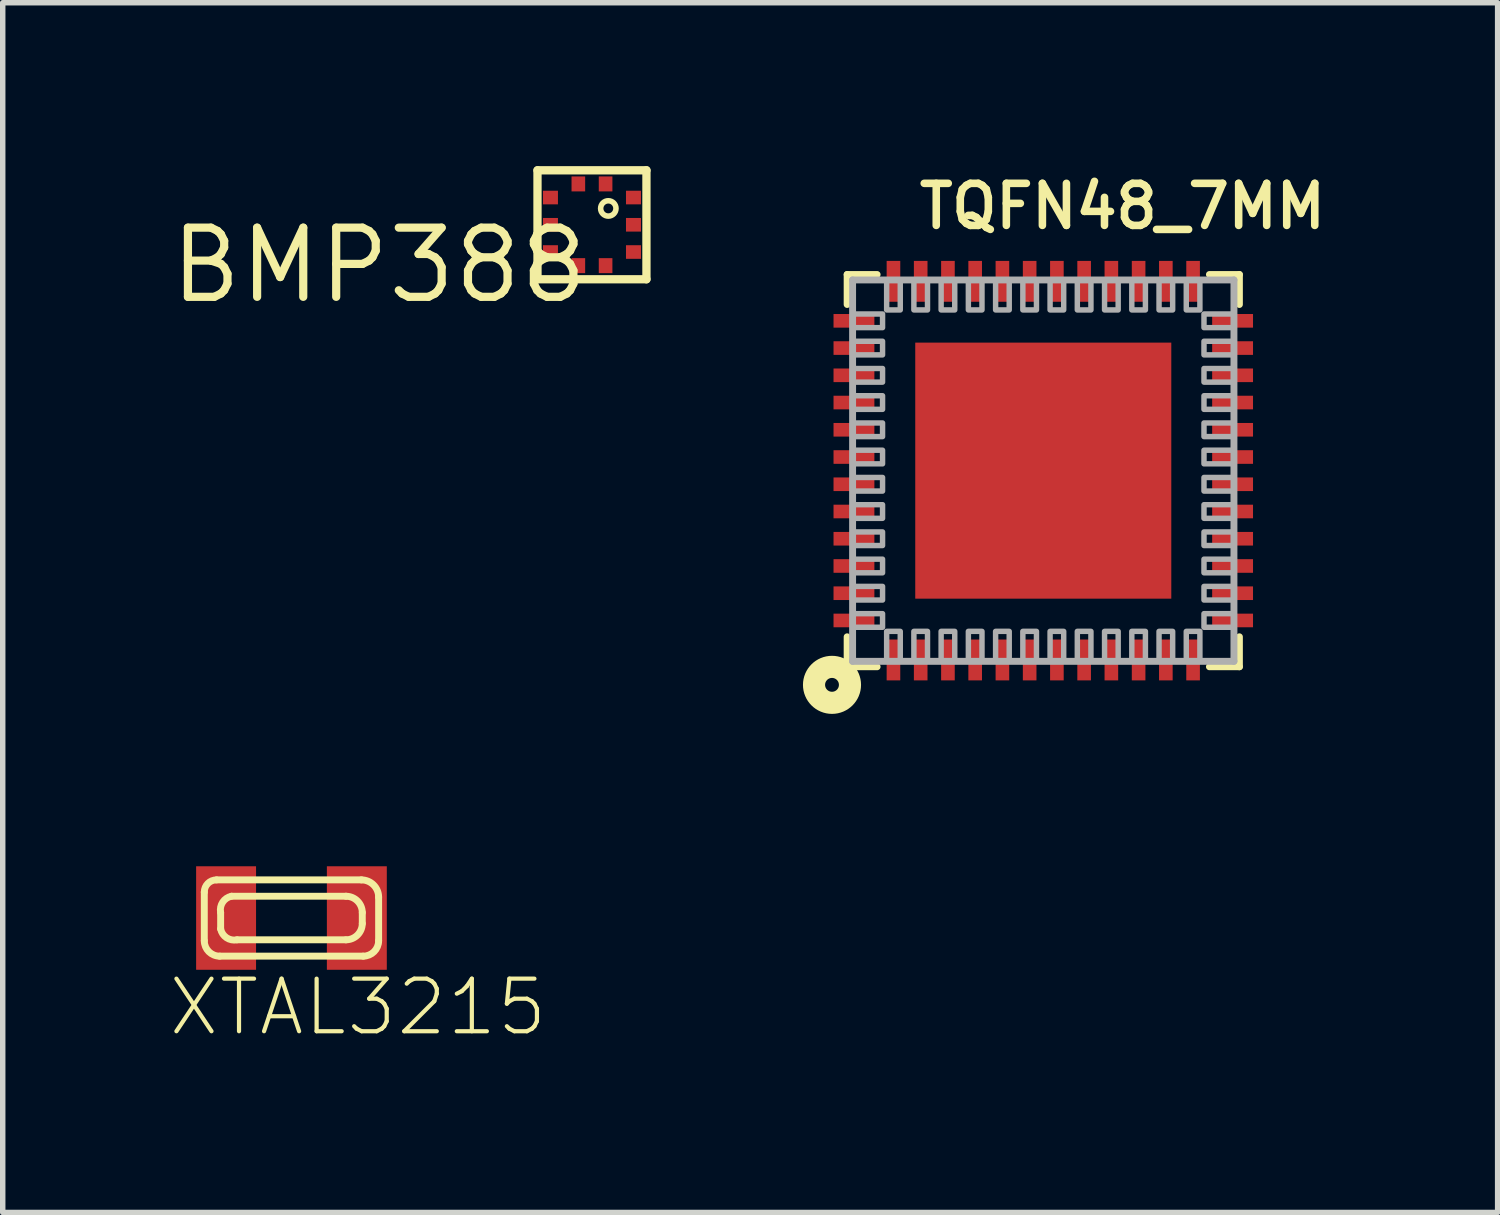
<source format=kicad_pcb>
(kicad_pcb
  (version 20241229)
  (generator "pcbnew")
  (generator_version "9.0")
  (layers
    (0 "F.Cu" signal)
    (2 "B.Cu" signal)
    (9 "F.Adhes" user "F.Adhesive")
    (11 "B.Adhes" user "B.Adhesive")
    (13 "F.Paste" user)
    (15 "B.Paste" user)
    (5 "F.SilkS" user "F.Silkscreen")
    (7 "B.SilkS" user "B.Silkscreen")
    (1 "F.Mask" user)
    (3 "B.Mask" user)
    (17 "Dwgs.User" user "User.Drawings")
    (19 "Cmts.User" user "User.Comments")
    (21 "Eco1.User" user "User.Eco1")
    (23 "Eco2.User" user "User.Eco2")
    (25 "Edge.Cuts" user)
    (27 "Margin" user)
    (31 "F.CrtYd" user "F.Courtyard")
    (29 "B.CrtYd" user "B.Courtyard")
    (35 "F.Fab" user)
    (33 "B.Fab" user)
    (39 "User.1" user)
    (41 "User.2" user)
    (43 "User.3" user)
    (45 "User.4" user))
  (footprint "XTAL3215"
    (layer "F.Cu")
    (at 2.3 13.801)
    (property "Reference" "XTAL3215" (at -2.3 2.2 0) (layer "F.SilkS") (effects (font (size 0.965 0.965) (thickness 0.077)) (justify left bottom)))
    (attr through_hole)
    (fp_line (start -1.6 0.417) (end -1.6 -0.476) (stroke (width 0.127) (type solid)) (layer "F.SilkS"))
    (fp_line (start -1.376 -0.7) (end 1.284 -0.7) (stroke (width 0.127) (type solid)) (layer "F.SilkS"))
    (fp_line (start -1.3 0.2) (end -1.3 -0.1) (stroke (width 0.127) (type solid)) (layer "F.SilkS"))
    (fp_line (start -1.1 -0.4) (end 1 -0.4) (stroke (width 0.127) (type solid)) (layer "F.SilkS"))
    (fp_line (start 1 0.4) (end -1 0.4) (stroke (width 0.127) (type solid)) (layer "F.SilkS"))
    (fp_line (start 1.3 -0.1) (end 1.3 0.1) (stroke (width 0.127) (type solid)) (layer "F.SilkS"))
    (fp_line (start 1.317 0.7) (end -1.317 0.7) (stroke (width 0.127) (type solid)) (layer "F.SilkS"))
    (fp_line (start 1.6 -0.384) (end 1.6 0.417) (stroke (width 0.127) (type solid)) (layer "F.SilkS"))
    (fp_arc (start -1.6 -0.4764) (mid -1.534509 -0.634509) (end -1.3764 -0.7) (stroke (width 0.127) (type solid)) (layer "F.SilkS"))
    (fp_arc (start -1.3172 0.7) (mid -1.51717 0.61717) (end -1.6 0.4172) (stroke (width 0.127) (type solid)) (layer "F.SilkS"))
    (fp_arc (start -1.3 -0.1) (mid -1.262161 -0.291441) (end -1.099999 -0.399999) (stroke (width 0.127) (type solid)) (layer "F.SilkS"))
    (fp_arc (start -1 0.4) (mid -1.191422 0.362132) (end -1.300001 0.199999) (stroke (width 0.127) (type solid)) (layer "F.SilkS"))
    (fp_arc (start 1 -0.4) (mid 1.212103 -0.312103) (end 1.3 -0.1) (stroke (width 0.127) (type solid)) (layer "F.SilkS"))
    (fp_arc (start 1.2838 -0.7) (mid 1.507387 -0.607387) (end 1.6 -0.3838) (stroke (width 0.127) (type solid)) (layer "F.SilkS"))
    (fp_arc (start 1.3 0.1) (mid 1.212131 0.312132) (end 0.999999 0.399999) (stroke (width 0.127) (type solid)) (layer "F.SilkS"))
    (fp_arc (start 1.6 0.4172) (mid 1.51717 0.61717) (end 1.3172 0.7) (stroke (width 0.127) (type solid)) (layer "F.SilkS"))
    (pad "P$1" smd rect (at 1.2 0) (size 1.1 1.9) (layers "F.Cu" "F.Mask" "F.Paste"))
    (pad "P$2" smd rect (at -1.2 0 180) (size 1.1 1.9) (layers "F.Cu" "F.Mask" "F.Paste")))
  (footprint "TQFN48_7MM"
    (layer "F.Cu")
    (at 16.1 5.589)
    (property "Reference" "TQFN48_7MM" (at -2.35 -4.4 0) (layer "F.SilkS") (effects (font (size 0.772 0.772) (thickness 0.139)) (justify left bottom)))
    (attr through_hole)
    (fp_line (start -3.6 -3.6) (end -3.6 -3.05) (stroke (width 0.127) (type solid)) (layer "F.SilkS"))
    (fp_line (start -3.6 3.05) (end -3.6 3.6) (stroke (width 0.127) (type solid)) (layer "F.SilkS"))
    (fp_line (start -3.6 3.6) (end -3.05 3.6) (stroke (width 0.127) (type solid)) (layer "F.SilkS"))
    (fp_line (start -3.05 -3.6) (end -3.6 -3.6) (stroke (width 0.127) (type solid)) (layer "F.SilkS"))
    (fp_line (start 3.05 -3.6) (end 3.6 -3.6) (stroke (width 0.127) (type solid)) (layer "F.SilkS"))
    (fp_line (start 3.6 -3.6) (end 3.6 -3.05) (stroke (width 0.127) (type solid)) (layer "F.SilkS"))
    (fp_line (start 3.6 3.05) (end 3.6 3.6) (stroke (width 0.127) (type solid)) (layer "F.SilkS"))
    (fp_line (start 3.6 3.6) (end 3.05 3.6) (stroke (width 0.127) (type solid)) (layer "F.SilkS"))
    (fp_circle (center -3.878 3.932) (end -3.751 3.932) (stroke (width 0.406) (type solid)) (fill no) (layer "F.SilkS"))
    (fp_poly (pts (xy -2 -0.5) (xy -1 -0.5) (xy -1 -2) (xy -2 -2)) (stroke (width 0) (type solid)) (fill yes) (layer "F.Paste"))
    (fp_poly (pts (xy -2 2) (xy -1 2) (xy -1 0.5) (xy -2 0.5)) (stroke (width 0) (type solid)) (fill yes) (layer "F.Paste"))
    (fp_poly (pts (xy -0.5 -0.5) (xy 0.5 -0.5) (xy 0.5 -2) (xy -0.5 -2)) (stroke (width 0) (type solid)) (fill yes) (layer "F.Paste"))
    (fp_poly (pts (xy -0.5 2) (xy 0.5 2) (xy 0.5 0.5) (xy -0.5 0.5)) (stroke (width 0) (type solid)) (fill yes) (layer "F.Paste"))
    (fp_poly (pts (xy 1 -0.5) (xy 2 -0.5) (xy 2 -2) (xy 1 -2)) (stroke (width 0) (type solid)) (fill yes) (layer "F.Paste"))
    (fp_poly (pts (xy 1 2) (xy 2 2) (xy 2 0.5) (xy 1 0.5)) (stroke (width 0) (type solid)) (fill yes) (layer "F.Paste"))
    (fp_line (start -3.5 -3.5) (end 3.5 -3.5) (stroke (width 0.127) (type solid)) (layer "F.Fab"))
    (fp_line (start -3.5 3.5) (end -3.5 -3.5) (stroke (width 0.127) (type solid)) (layer "F.Fab"))
    (fp_line (start 3.5 -3.5) (end 3.5 3.5) (stroke (width 0.127) (type solid)) (layer "F.Fab"))
    (fp_line (start 3.5 3.5) (end -3.5 3.5) (stroke (width 0.127) (type solid)) (layer "F.Fab"))
    (fp_poly (pts (xy -3.5 -2.625) (xy -2.95 -2.625) (xy -2.95 -2.875) (xy -3.5 -2.875)) (stroke (width 0.1) (type solid)) (fill no) (layer "F.Fab"))
    (fp_poly (pts (xy -3.5 -2.125) (xy -2.95 -2.125) (xy -2.95 -2.375) (xy -3.5 -2.375)) (stroke (width 0.1) (type solid)) (fill no) (layer "F.Fab"))
    (fp_poly (pts (xy -3.5 -1.625) (xy -2.95 -1.625) (xy -2.95 -1.875) (xy -3.5 -1.875)) (stroke (width 0.1) (type solid)) (fill no) (layer "F.Fab"))
    (fp_poly (pts (xy -3.5 -1.125) (xy -2.95 -1.125) (xy -2.95 -1.375) (xy -3.5 -1.375)) (stroke (width 0.1) (type solid)) (fill no) (layer "F.Fab"))
    (fp_poly (pts (xy -3.5 -0.625) (xy -2.95 -0.625) (xy -2.95 -0.875) (xy -3.5 -0.875)) (stroke (width 0.1) (type solid)) (fill no) (layer "F.Fab"))
    (fp_poly (pts (xy -3.5 -0.125) (xy -2.95 -0.125) (xy -2.95 -0.375) (xy -3.5 -0.375)) (stroke (width 0.1) (type solid)) (fill no) (layer "F.Fab"))
    (fp_poly (pts (xy -3.5 0.375) (xy -2.95 0.375) (xy -2.95 0.125) (xy -3.5 0.125)) (stroke (width 0.1) (type solid)) (fill no) (layer "F.Fab"))
    (fp_poly (pts (xy -3.5 0.875) (xy -2.95 0.875) (xy -2.95 0.625) (xy -3.5 0.625)) (stroke (width 0.1) (type solid)) (fill no) (layer "F.Fab"))
    (fp_poly (pts (xy -3.5 1.375) (xy -2.95 1.375) (xy -2.95 1.125) (xy -3.5 1.125)) (stroke (width 0.1) (type solid)) (fill no) (layer "F.Fab"))
    (fp_poly (pts (xy -3.5 1.875) (xy -2.95 1.875) (xy -2.95 1.625) (xy -3.5 1.625)) (stroke (width 0.1) (type solid)) (fill no) (layer "F.Fab"))
    (fp_poly (pts (xy -3.5 2.375) (xy -2.95 2.375) (xy -2.95 2.125) (xy -3.5 2.125)) (stroke (width 0.1) (type solid)) (fill no) (layer "F.Fab"))
    (fp_poly (pts (xy -3.5 2.875) (xy -2.95 2.875) (xy -2.95 2.625) (xy -3.5 2.625)) (stroke (width 0.1) (type solid)) (fill no) (layer "F.Fab"))
    (fp_poly (pts (xy -2.875 -3.5) (xy -2.875 -2.95) (xy -2.625 -2.95) (xy -2.625 -3.5)) (stroke (width 0.1) (type solid)) (fill no) (layer "F.Fab"))
    (fp_poly (pts (xy -2.625 3.5) (xy -2.625 2.95) (xy -2.875 2.95) (xy -2.875 3.5)) (stroke (width 0.1) (type solid)) (fill no) (layer "F.Fab"))
    (fp_poly (pts (xy -2.375 -3.5) (xy -2.375 -2.95) (xy -2.125 -2.95) (xy -2.125 -3.5)) (stroke (width 0.1) (type solid)) (fill no) (layer "F.Fab"))
    (fp_poly (pts (xy -2.125 3.5) (xy -2.125 2.95) (xy -2.375 2.95) (xy -2.375 3.5)) (stroke (width 0.1) (type solid)) (fill no) (layer "F.Fab"))
    (fp_poly (pts (xy -1.875 -3.5) (xy -1.875 -2.95) (xy -1.625 -2.95) (xy -1.625 -3.5)) (stroke (width 0.1) (type solid)) (fill no) (layer "F.Fab"))
    (fp_poly (pts (xy -1.625 3.5) (xy -1.625 2.95) (xy -1.875 2.95) (xy -1.875 3.5)) (stroke (width 0.1) (type solid)) (fill no) (layer "F.Fab"))
    (fp_poly (pts (xy -1.375 -3.5) (xy -1.375 -2.95) (xy -1.125 -2.95) (xy -1.125 -3.5)) (stroke (width 0.1) (type solid)) (fill no) (layer "F.Fab"))
    (fp_poly (pts (xy -1.125 3.5) (xy -1.125 2.95) (xy -1.375 2.95) (xy -1.375 3.5)) (stroke (width 0.1) (type solid)) (fill no) (layer "F.Fab"))
    (fp_poly (pts (xy -0.875 -3.5) (xy -0.875 -2.95) (xy -0.625 -2.95) (xy -0.625 -3.5)) (stroke (width 0.1) (type solid)) (fill no) (layer "F.Fab"))
    (fp_poly (pts (xy -0.625 3.5) (xy -0.625 2.95) (xy -0.875 2.95) (xy -0.875 3.5)) (stroke (width 0.1) (type solid)) (fill no) (layer "F.Fab"))
    (fp_poly (pts (xy -0.375 -3.5) (xy -0.375 -2.95) (xy -0.125 -2.95) (xy -0.125 -3.5)) (stroke (width 0.1) (type solid)) (fill no) (layer "F.Fab"))
    (fp_poly (pts (xy -0.125 3.5) (xy -0.125 2.95) (xy -0.375 2.95) (xy -0.375 3.5)) (stroke (width 0.1) (type solid)) (fill no) (layer "F.Fab"))
    (fp_poly (pts (xy 0.125 -3.5) (xy 0.125 -2.95) (xy 0.375 -2.95) (xy 0.375 -3.5)) (stroke (width 0.1) (type solid)) (fill no) (layer "F.Fab"))
    (fp_poly (pts (xy 0.375 3.5) (xy 0.375 2.95) (xy 0.125 2.95) (xy 0.125 3.5)) (stroke (width 0.1) (type solid)) (fill no) (layer "F.Fab"))
    (fp_poly (pts (xy 0.625 -3.5) (xy 0.625 -2.95) (xy 0.875 -2.95) (xy 0.875 -3.5)) (stroke (width 0.1) (type solid)) (fill no) (layer "F.Fab"))
    (fp_poly (pts (xy 0.875 3.5) (xy 0.875 2.95) (xy 0.625 2.95) (xy 0.625 3.5)) (stroke (width 0.1) (type solid)) (fill no) (layer "F.Fab"))
    (fp_poly (pts (xy 1.125 -3.5) (xy 1.125 -2.95) (xy 1.375 -2.95) (xy 1.375 -3.5)) (stroke (width 0.1) (type solid)) (fill no) (layer "F.Fab"))
    (fp_poly (pts (xy 1.375 3.5) (xy 1.375 2.95) (xy 1.125 2.95) (xy 1.125 3.5)) (stroke (width 0.1) (type solid)) (fill no) (layer "F.Fab"))
    (fp_poly (pts (xy 1.625 -3.5) (xy 1.625 -2.95) (xy 1.875 -2.95) (xy 1.875 -3.5)) (stroke (width 0.1) (type solid)) (fill no) (layer "F.Fab"))
    (fp_poly (pts (xy 1.875 3.5) (xy 1.875 2.95) (xy 1.625 2.95) (xy 1.625 3.5)) (stroke (width 0.1) (type solid)) (fill no) (layer "F.Fab"))
    (fp_poly (pts (xy 2.125 -3.5) (xy 2.125 -2.95) (xy 2.375 -2.95) (xy 2.375 -3.5)) (stroke (width 0.1) (type solid)) (fill no) (layer "F.Fab"))
    (fp_poly (pts (xy 2.375 3.5) (xy 2.375 2.95) (xy 2.125 2.95) (xy 2.125 3.5)) (stroke (width 0.1) (type solid)) (fill no) (layer "F.Fab"))
    (fp_poly (pts (xy 2.625 -3.5) (xy 2.625 -2.95) (xy 2.875 -2.95) (xy 2.875 -3.5)) (stroke (width 0.1) (type solid)) (fill no) (layer "F.Fab"))
    (fp_poly (pts (xy 2.875 3.5) (xy 2.875 2.95) (xy 2.625 2.95) (xy 2.625 3.5)) (stroke (width 0.1) (type solid)) (fill no) (layer "F.Fab"))
    (fp_poly (pts (xy 3.5 -2.875) (xy 2.95 -2.875) (xy 2.95 -2.625) (xy 3.5 -2.625)) (stroke (width 0.1) (type solid)) (fill no) (layer "F.Fab"))
    (fp_poly (pts (xy 3.5 -2.375) (xy 2.95 -2.375) (xy 2.95 -2.125) (xy 3.5 -2.125)) (stroke (width 0.1) (type solid)) (fill no) (layer "F.Fab"))
    (fp_poly (pts (xy 3.5 -1.875) (xy 2.95 -1.875) (xy 2.95 -1.625) (xy 3.5 -1.625)) (stroke (width 0.1) (type solid)) (fill no) (layer "F.Fab"))
    (fp_poly (pts (xy 3.5 -1.375) (xy 2.95 -1.375) (xy 2.95 -1.125) (xy 3.5 -1.125)) (stroke (width 0.1) (type solid)) (fill no) (layer "F.Fab"))
    (fp_poly (pts (xy 3.5 -0.875) (xy 2.95 -0.875) (xy 2.95 -0.625) (xy 3.5 -0.625)) (stroke (width 0.1) (type solid)) (fill no) (layer "F.Fab"))
    (fp_poly (pts (xy 3.5 -0.375) (xy 2.95 -0.375) (xy 2.95 -0.125) (xy 3.5 -0.125)) (stroke (width 0.1) (type solid)) (fill no) (layer "F.Fab"))
    (fp_poly (pts (xy 3.5 0.125) (xy 2.95 0.125) (xy 2.95 0.375) (xy 3.5 0.375)) (stroke (width 0.1) (type solid)) (fill no) (layer "F.Fab"))
    (fp_poly (pts (xy 3.5 0.625) (xy 2.95 0.625) (xy 2.95 0.875) (xy 3.5 0.875)) (stroke (width 0.1) (type solid)) (fill no) (layer "F.Fab"))
    (fp_poly (pts (xy 3.5 1.125) (xy 2.95 1.125) (xy 2.95 1.375) (xy 3.5 1.375)) (stroke (width 0.1) (type solid)) (fill no) (layer "F.Fab"))
    (fp_poly (pts (xy 3.5 1.625) (xy 2.95 1.625) (xy 2.95 1.875) (xy 3.5 1.875)) (stroke (width 0.1) (type solid)) (fill no) (layer "F.Fab"))
    (fp_poly (pts (xy 3.5 2.125) (xy 2.95 2.125) (xy 2.95 2.375) (xy 3.5 2.375)) (stroke (width 0.1) (type solid)) (fill no) (layer "F.Fab"))
    (fp_poly (pts (xy 3.5 2.625) (xy 2.95 2.625) (xy 2.95 2.875) (xy 3.5 2.875)) (stroke (width 0.1) (type solid)) (fill no) (layer "F.Fab"))
    (pad "1" smd rect (at -2.75 3.475 90) (size 0.75 0.25) (layers "F.Cu" "F.Mask" "F.Paste"))
    (pad "2" smd rect (at -2.25 3.475 90) (size 0.75 0.25) (layers "F.Cu" "F.Mask" "F.Paste"))
    (pad "3" smd rect (at -1.75 3.475 90) (size 0.75 0.25) (layers "F.Cu" "F.Mask" "F.Paste"))
    (pad "4" smd rect (at -1.25 3.475 90) (size 0.75 0.25) (layers "F.Cu" "F.Mask" "F.Paste"))
    (pad "5" smd rect (at -0.75 3.475 90) (size 0.75 0.25) (layers "F.Cu" "F.Mask" "F.Paste"))
    (pad "6" smd rect (at -0.25 3.475 90) (size 0.75 0.25) (layers "F.Cu" "F.Mask" "F.Paste"))
    (pad "7" smd rect (at 0.25 3.475 90) (size 0.75 0.25) (layers "F.Cu" "F.Mask" "F.Paste"))
    (pad "8" smd rect (at 0.75 3.475 90) (size 0.75 0.25) (layers "F.Cu" "F.Mask" "F.Paste"))
    (pad "9" smd rect (at 1.25 3.475 90) (size 0.75 0.25) (layers "F.Cu" "F.Mask" "F.Paste"))
    (pad "10" smd rect (at 1.75 3.475 90) (size 0.75 0.25) (layers "F.Cu" "F.Mask" "F.Paste"))
    (pad "11" smd rect (at 2.25 3.475 90) (size 0.75 0.25) (layers "F.Cu" "F.Mask" "F.Paste"))
    (pad "12" smd rect (at 2.75 3.475 90) (size 0.75 0.25) (layers "F.Cu" "F.Mask" "F.Paste"))
    (pad "13" smd rect (at 3.475 2.75 180) (size 0.75 0.25) (layers "F.Cu" "F.Mask" "F.Paste"))
    (pad "14" smd rect (at 3.475 2.25 180) (size 0.75 0.25) (layers "F.Cu" "F.Mask" "F.Paste"))
    (pad "15" smd rect (at 3.475 1.75 180) (size 0.75 0.25) (layers "F.Cu" "F.Mask" "F.Paste"))
    (pad "16" smd rect (at 3.475 1.25 180) (size 0.75 0.25) (layers "F.Cu" "F.Mask" "F.Paste"))
    (pad "17" smd rect (at 3.475 0.75 180) (size 0.75 0.25) (layers "F.Cu" "F.Mask" "F.Paste"))
    (pad "18" smd rect (at 3.475 0.25 180) (size 0.75 0.25) (layers "F.Cu" "F.Mask" "F.Paste"))
    (pad "19" smd rect (at 3.475 -0.25 180) (size 0.75 0.25) (layers "F.Cu" "F.Mask" "F.Paste"))
    (pad "20" smd rect (at 3.475 -0.75 180) (size 0.75 0.25) (layers "F.Cu" "F.Mask" "F.Paste"))
    (pad "21" smd rect (at 3.475 -1.25 180) (size 0.75 0.25) (layers "F.Cu" "F.Mask" "F.Paste"))
    (pad "22" smd rect (at 3.475 -1.75 180) (size 0.75 0.25) (layers "F.Cu" "F.Mask" "F.Paste"))
    (pad "23" smd rect (at 3.475 -2.25 180) (size 0.75 0.25) (layers "F.Cu" "F.Mask" "F.Paste"))
    (pad "24" smd rect (at 3.475 -2.75 180) (size 0.75 0.25) (layers "F.Cu" "F.Mask" "F.Paste"))
    (pad "25" smd rect (at 2.75 -3.475 270) (size 0.75 0.25) (layers "F.Cu" "F.Mask" "F.Paste"))
    (pad "26" smd rect (at 2.25 -3.475 270) (size 0.75 0.25) (layers "F.Cu" "F.Mask" "F.Paste"))
    (pad "27" smd rect (at 1.75 -3.475 270) (size 0.75 0.25) (layers "F.Cu" "F.Mask" "F.Paste"))
    (pad "28" smd rect (at 1.25 -3.475 270) (size 0.75 0.25) (layers "F.Cu" "F.Mask" "F.Paste"))
    (pad "29" smd rect (at 0.75 -3.475 270) (size 0.75 0.25) (layers "F.Cu" "F.Mask" "F.Paste"))
    (pad "30" smd rect (at 0.25 -3.475 270) (size 0.75 0.25) (layers "F.Cu" "F.Mask" "F.Paste"))
    (pad "31" smd rect (at -0.25 -3.475 270) (size 0.75 0.25) (layers "F.Cu" "F.Mask" "F.Paste"))
    (pad "32" smd rect (at -0.75 -3.475 270) (size 0.75 0.25) (layers "F.Cu" "F.Mask" "F.Paste"))
    (pad "33" smd rect (at -1.25 -3.475 270) (size 0.75 0.25) (layers "F.Cu" "F.Mask" "F.Paste"))
    (pad "34" smd rect (at -1.75 -3.475 270) (size 0.75 0.25) (layers "F.Cu" "F.Mask" "F.Paste"))
    (pad "35" smd rect (at -2.25 -3.475 270) (size 0.75 0.25) (layers "F.Cu" "F.Mask" "F.Paste"))
    (pad "36" smd rect (at -2.75 -3.475 270) (size 0.75 0.25) (layers "F.Cu" "F.Mask" "F.Paste"))
    (pad "37" smd rect (at -3.475 -2.75) (size 0.75 0.25) (layers "F.Cu" "F.Mask" "F.Paste"))
    (pad "38" smd rect (at -3.475 -2.25) (size 0.75 0.25) (layers "F.Cu" "F.Mask" "F.Paste"))
    (pad "39" smd rect (at -3.475 -1.75) (size 0.75 0.25) (layers "F.Cu" "F.Mask" "F.Paste"))
    (pad "40" smd rect (at -3.475 -1.25) (size 0.75 0.25) (layers "F.Cu" "F.Mask" "F.Paste"))
    (pad "41" smd rect (at -3.475 -0.75) (size 0.75 0.25) (layers "F.Cu" "F.Mask" "F.Paste"))
    (pad "42" smd rect (at -3.475 -0.25) (size 0.75 0.25) (layers "F.Cu" "F.Mask" "F.Paste"))
    (pad "43" smd rect (at -3.475 0.25) (size 0.75 0.25) (layers "F.Cu" "F.Mask" "F.Paste"))
    (pad "44" smd rect (at -3.475 0.75) (size 0.75 0.25) (layers "F.Cu" "F.Mask" "F.Paste"))
    (pad "45" smd rect (at -3.475 1.25) (size 0.75 0.25) (layers "F.Cu" "F.Mask" "F.Paste"))
    (pad "46" smd rect (at -3.475 1.75) (size 0.75 0.25) (layers "F.Cu" "F.Mask" "F.Paste"))
    (pad "47" smd rect (at -3.475 2.25) (size 0.75 0.25) (layers "F.Cu" "F.Mask" "F.Paste"))
    (pad "48" smd rect (at -3.475 2.75) (size 0.75 0.25) (layers "F.Cu" "F.Mask" "F.Paste"))
    (pad "THERMAL" smd rect (at 0 0) (size 4.7 4.7) (layers "F.Cu" "F.Mask")))
  (footprint "BMP388"
    (layer "F.Cu")
    (at 7.816 1.076)
    (property "Reference" "BMP388" (at 0 0 0) (layer "F.SilkS") (effects (font (size 1.27 1.27) (thickness 0.15)) (justify right top)))
    (attr through_hole)
    (fp_line (start -1 -1) (end 1 -1) (stroke (width 0.152) (type solid)) (layer "F.SilkS"))
    (fp_line (start -1 1) (end -1 -1) (stroke (width 0.152) (type solid)) (layer "F.SilkS"))
    (fp_line (start 1 -1) (end 1 1) (stroke (width 0.152) (type solid)) (layer "F.SilkS"))
    (fp_line (start 1 1) (end -1 1) (stroke (width 0.152) (type solid)) (layer "F.SilkS"))
    (fp_circle (center 0.3 -0.3) (end 0.441 -0.3) (stroke (width 0.102) (type solid)) (fill no) (layer "F.SilkS"))
    (pad "1" smd rect (at 0.25 -0.75 180) (size 0.25 0.275) (layers "F.Cu" "F.Mask" "F.Paste"))
    (pad "2" smd rect (at -0.25 -0.75 180) (size 0.25 0.275) (layers "F.Cu" "F.Mask" "F.Paste"))
    (pad "3" smd rect (at -0.762 -0.5 90) (size 0.25 0.275) (layers "F.Cu" "F.Mask" "F.Paste"))
    (pad "4" smd rect (at -0.762 0 90) (size 0.25 0.275) (layers "F.Cu" "F.Mask" "F.Paste"))
    (pad "5" smd rect (at -0.762 0.5 90) (size 0.25 0.275) (layers "F.Cu" "F.Mask" "F.Paste"))
    (pad "6" smd rect (at -0.25 0.75 180) (size 0.25 0.275) (layers "F.Cu" "F.Mask" "F.Paste"))
    (pad "7" smd rect (at 0.25 0.75 180) (size 0.25 0.275) (layers "F.Cu" "F.Mask" "F.Paste"))
    (pad "8" smd rect (at 0.762 0.5 90) (size 0.25 0.275) (layers "F.Cu" "F.Mask" "F.Paste"))
    (pad "9" smd rect (at 0.762 0 90) (size 0.25 0.275) (layers "F.Cu" "F.Mask" "F.Paste"))
    (pad "10" smd rect (at 0.762 -0.5 90) (size 0.25 0.275) (layers "F.Cu" "F.Mask" "F.Paste")))
  (gr_rect
    (start -3 -3)
    (end 24.44 19.205)
    (stroke (width 0.1) (type default))
    (fill no)
    (layer "Edge.Cuts")))
</source>
